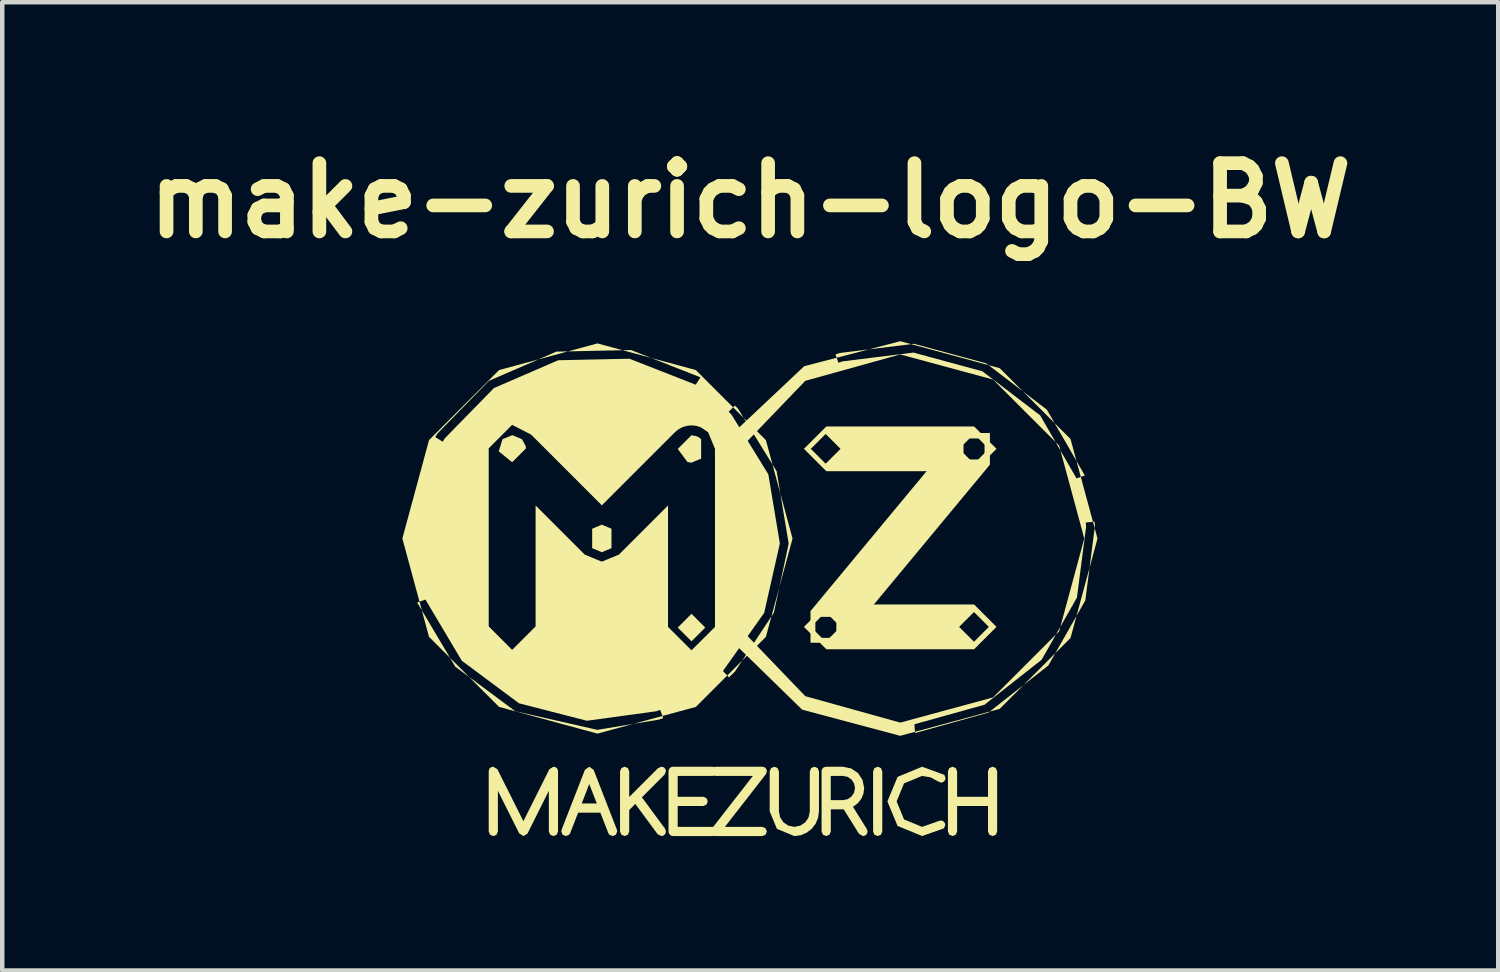
<source format=kicad_pcb>
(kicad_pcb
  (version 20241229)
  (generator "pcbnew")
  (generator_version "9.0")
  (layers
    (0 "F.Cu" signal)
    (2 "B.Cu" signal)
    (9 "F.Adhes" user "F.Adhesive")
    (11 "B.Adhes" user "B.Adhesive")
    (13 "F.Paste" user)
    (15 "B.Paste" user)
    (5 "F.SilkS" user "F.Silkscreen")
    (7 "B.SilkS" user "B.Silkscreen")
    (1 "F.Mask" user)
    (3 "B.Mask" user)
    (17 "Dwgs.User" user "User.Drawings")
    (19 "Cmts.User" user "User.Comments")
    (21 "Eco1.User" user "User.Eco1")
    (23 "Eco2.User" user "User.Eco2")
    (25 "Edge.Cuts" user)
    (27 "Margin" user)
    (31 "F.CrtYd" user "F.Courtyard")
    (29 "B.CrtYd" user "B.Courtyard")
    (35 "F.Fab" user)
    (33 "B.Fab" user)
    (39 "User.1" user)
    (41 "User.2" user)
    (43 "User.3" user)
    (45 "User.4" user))
  (footprint "make-zurich-logo-BW"
    (layer "F.Cu")
    (at 13.694 10.042)
    (property "Reference" "make-zurich-logo-BW" (at 0 -8.616 0) (layer "F.SilkS") (effects (font (size 1.524 1.524) (thickness 0.305))))
    (attr smd)
    (fp_poly (pts (xy -1.311 0.607) (xy -1.618 0.914) (xy -1.311 1.221) (xy -1.004 0.914) (xy -1.311 0.607)) (stroke (width 0) (type solid)) (fill yes) (layer "F.SilkS"))
    (fp_poly (pts (xy -3.313 -1.382) (xy -3.528 -1.292) (xy -3.528 -0.858) (xy -3.312 -0.768) (xy -3.097 -0.858) (xy -3.097 -1.292) (xy -3.313 -1.382)) (stroke (width 0) (type solid)) (fill yes) (layer "F.SilkS"))
    (fp_poly (pts (xy -5.094 -3.29) (xy -5.312 -3.38) (xy -5.529 -3.29) (xy -5.613 -3.019) (xy -5.314 -2.776) (xy -5.006 -3.084) (xy -5.012 -3.137) (xy -5.094 -3.29)) (stroke (width 0) (type solid)) (fill yes) (layer "F.SilkS"))
    (fp_poly (pts (xy -1.4 -2.78) (xy -1.313 -2.766) (xy -1.096 -2.856) (xy -1.096 -3.29) (xy -1.142 -3.328) (xy -1.166 -3.341) (xy -1.193 -3.355) (xy -1.311 -3.379) (xy -1.618 -3.072) (xy -1.4 -2.78)) (stroke (width 0) (type solid)) (fill yes) (layer "F.SilkS"))
    (fp_poly (pts (xy 2.947 5.465) (xy 2.917 5.538) (xy 2.845 5.567) (xy 2.772 5.538) (xy 2.742 5.465) (xy 2.742 4.123) (xy 2.772 4.05) (xy 2.845 4.02) (xy 2.917 4.05) (xy 2.947 4.123) (xy 2.947 5.465)) (stroke (width 0) (type solid)) (fill yes) (layer "F.SilkS"))
    (fp_poly (pts (xy 5.349 -3.428) (xy 4.76 -3.307) (xy 5.229 -3.307) (xy 5.229 -2.838) (xy 4.76 -2.838) (xy 4.76 -3.307) (xy 5.349 -3.428) (xy 4.643 -3.428) (xy 1.453 0.675) (xy 1.922 0.675) (xy 1.922 1.144) (xy 1.453 1.144) (xy 1.453 0.675) (xy 4.643 -3.428) (xy 1.345 0.546) (xy 1.345 1.252) (xy 2.051 1.252) (xy 5.349 -2.722) (xy 5.349 -3.428)) (stroke (width 0) (type solid)) (fill yes) (layer "F.SilkS"))
    (fp_poly (pts (xy 5.496 -3.075) (xy 4.994 -3.406) (xy 5.325 -3.075) (xy 4.994 -2.743) (xy 4.662 -3.075) (xy 4.994 -3.406) (xy 5.496 -3.075) (xy 4.996 -3.574) (xy 1.683 -3.406) (xy 2.015 -3.075) (xy 1.683 -2.743) (xy 1.351 -3.075) (xy 1.683 -3.406) (xy 4.996 -3.574) (xy 1.698 -3.574) (xy 1.198 -3.075) (xy 1.698 -2.575) (xy 4.996 -2.575) (xy 5.496 -3.075)) (stroke (width 0) (type solid)) (fill yes) (layer "F.SilkS"))
    (fp_poly (pts (xy 5.496 0.899) (xy 4.994 0.568) (xy 5.325 0.899) (xy 4.994 1.231) (xy 4.662 0.899) (xy 4.994 0.568) (xy 5.496 0.899) (xy 4.996 0.399) (xy 1.683 0.568) (xy 2.015 0.899) (xy 1.683 1.231) (xy 1.351 0.899) (xy 1.683 0.568) (xy 4.996 0.399) (xy 1.698 0.399) (xy 1.198 0.899) (xy 1.698 1.398) (xy 4.996 1.398) (xy 5.496 0.899)) (stroke (width 0) (type solid)) (fill yes) (layer "F.SilkS"))
    (fp_poly (pts (xy -4.207 5.418) (xy -3.593 4.406) (xy -3.761 4.84) (xy -3.424 4.84) (xy -3.593 4.406) (xy -4.207 5.418) (xy -3.69 4.09) (xy -3.593 4.02) (xy -3.495 4.09) (xy -2.977 5.423) (xy -2.969 5.465) (xy -2.999 5.538) (xy -3.071 5.568) (xy -3.143 5.538) (xy -3.166 5.505) (xy -3.345 5.045) (xy -3.84 5.045) (xy -4.02 5.505) (xy -4.043 5.538) (xy -4.116 5.568) (xy -4.188 5.538) (xy -4.217 5.465) (xy -4.207 5.418)) (stroke (width 0) (type solid)) (fill yes) (layer "F.SilkS"))
    (fp_poly (pts (xy -0.775 4.02) (xy 0.269 4.02) (xy 0.309 4.028) (xy 0.342 4.049) (xy 0.364 4.083) (xy 0.371 4.123) (xy 0.352 4.183) (xy -0.566 5.362) (xy 0.269 5.362) (xy 0.342 5.393) (xy 0.371 5.466) (xy 0.342 5.538) (xy 0.27 5.567) (xy -0.776 5.567) (xy -0.816 5.56) (xy -0.849 5.538) (xy -0.87 5.506) (xy -0.878 5.465) (xy -0.857 5.401) (xy 0.059 4.225) (xy -0.776 4.225) (xy -0.848 4.195) (xy -0.878 4.123) (xy -0.848 4.05) (xy -0.775 4.02)) (stroke (width 0) (type solid)) (fill yes) (layer "F.SilkS"))
    (fp_poly (pts (xy 5.511 5.465) (xy 5.481 5.538) (xy 5.409 5.567) (xy 5.336 5.538) (xy 5.306 5.465) (xy 5.306 4.896) (xy 4.617 4.896) (xy 4.617 5.465) (xy 4.587 5.538) (xy 4.514 5.567) (xy 4.442 5.538) (xy 4.412 5.465) (xy 4.412 4.123) (xy 4.442 4.05) (xy 4.514 4.02) (xy 4.587 4.05) (xy 4.617 4.123) (xy 4.617 4.691) (xy 5.306 4.691) (xy 5.306 4.123) (xy 5.336 4.05) (xy 5.409 4.02) (xy 5.481 4.05) (xy 5.511 4.123) (xy 5.511 5.465)) (stroke (width 0) (type solid)) (fill yes) (layer "F.SilkS"))
    (fp_poly (pts (xy 4.251 5.219) (xy 4.291 5.227) (xy 4.323 5.249) (xy 4.345 5.282) (xy 4.354 5.322) (xy 4.322 5.395) (xy 3.835 5.567) (xy 3.288 5.341) (xy 3.061 4.794) (xy 3.288 4.247) (xy 3.835 4.02) (xy 4.331 4.201) (xy 4.359 4.271) (xy 4.351 4.312) (xy 4.329 4.344) (xy 4.296 4.366) (xy 4.256 4.374) (xy 4.185 4.345) (xy 4.023 4.256) (xy 3.835 4.225) (xy 3.432 4.392) (xy 3.267 4.793) (xy 3.432 5.196) (xy 3.835 5.362) (xy 4.191 5.237) (xy 4.251 5.219)) (stroke (width 0) (type solid)) (fill yes) (layer "F.SilkS"))
    (fp_poly (pts (xy -5.837 5.465) (xy -5.837 4.123) (xy -5.83 4.083) (xy -5.808 4.049) (xy -5.775 4.028) (xy -5.735 4.02) (xy -5.644 4.075) (xy -5.063 5.235) (xy -4.483 4.075) (xy -4.392 4.02) (xy -4.352 4.028) (xy -4.319 4.049) (xy -4.297 4.083) (xy -4.29 4.123) (xy -4.29 5.465) (xy -4.32 5.538) (xy -4.392 5.567) (xy -4.465 5.538) (xy -4.495 5.465) (xy -4.495 4.558) (xy -4.974 5.516) (xy -5.063 5.568) (xy -5.157 5.506) (xy -5.632 4.558) (xy -5.632 5.465) (xy -5.662 5.538) (xy -5.734 5.568) (xy -5.807 5.538) (xy -5.837 5.465)) (stroke (width 0) (type solid)) (fill yes) (layer "F.SilkS"))
    (fp_poly (pts (xy -2.906 4.123) (xy -2.876 4.05) (xy -2.803 4.02) (xy -2.731 4.05) (xy -2.701 4.123) (xy -2.701 4.695) (xy -2.058 4.052) (xy -1.984 4.02) (xy -1.943 4.028) (xy -1.91 4.049) (xy -1.889 4.083) (xy -1.881 4.123) (xy -1.911 4.195) (xy -2.418 4.703) (xy -1.9 5.404) (xy -1.881 5.462) (xy -1.889 5.502) (xy -1.91 5.536) (xy -1.942 5.559) (xy -1.982 5.568) (xy -2.068 5.524) (xy -2.565 4.85) (xy -2.701 4.986) (xy -2.701 5.465) (xy -2.731 5.538) (xy -2.803 5.567) (xy -2.876 5.538) (xy -2.906 5.465) (xy -2.906 4.123)) (stroke (width 0) (type solid)) (fill yes) (layer "F.SilkS"))
    (fp_poly (pts (xy 0.64 4.123) (xy 0.64 5.017) (xy 0.667 5.15) (xy 0.74 5.26) (xy 0.85 5.335) (xy 0.984 5.362) (xy 1.118 5.335) (xy 1.228 5.261) (xy 1.302 5.151) (xy 1.329 5.017) (xy 1.329 4.123) (xy 1.359 4.05) (xy 1.432 4.02) (xy 1.504 4.05) (xy 1.534 4.123) (xy 1.534 5.017) (xy 1.514 5.162) (xy 1.459 5.293) (xy 1.373 5.405) (xy 1.261 5.491) (xy 1.129 5.548) (xy 0.984 5.568) (xy 0.596 5.406) (xy 0.434 5.017) (xy 0.434 4.123) (xy 0.465 4.05) (xy 0.537 4.02) (xy 0.609 4.05) (xy 0.64 4.123)) (stroke (width 0) (type solid)) (fill yes) (layer "F.SilkS"))
    (fp_poly (pts (xy -0.827 5.362) (xy -0.754 5.392) (xy -0.724 5.465) (xy -0.754 5.538) (xy -0.827 5.567) (xy -1.721 5.567) (xy -1.762 5.56) (xy -1.794 5.538) (xy -1.816 5.506) (xy -1.824 5.465) (xy -1.824 4.123) (xy -1.816 4.083) (xy -1.794 4.049) (xy -1.762 4.028) (xy -1.721 4.02) (xy -0.827 4.02) (xy -0.754 4.05) (xy -0.724 4.123) (xy -0.754 4.195) (xy -0.827 4.225) (xy -1.619 4.225) (xy -1.619 4.691) (xy -1.05 4.691) (xy -0.977 4.721) (xy -0.948 4.794) (xy -0.977 4.866) (xy -1.05 4.896) (xy -1.619 4.896) (xy -1.619 5.362) (xy -0.827 5.362) (xy -0.827 5.362)) (stroke (width 0) (type solid)) (fill yes) (layer "F.SilkS"))
    (fp_poly (pts (xy 1.592 5.465) (xy 1.797 4.225) (xy 1.797 4.766) (xy 2.068 4.766) (xy 2.174 4.745) (xy 2.259 4.686) (xy 2.317 4.6) (xy 2.338 4.496) (xy 2.317 4.391) (xy 2.259 4.305) (xy 2.173 4.246) (xy 2.068 4.225) (xy 1.797 4.225) (xy 1.797 4.225) (xy 1.592 5.465) (xy 1.592 4.123) (xy 1.6 4.083) (xy 1.622 4.049) (xy 1.654 4.028) (xy 1.695 4.02) (xy 2.068 4.02) (xy 2.252 4.058) (xy 2.403 4.16) (xy 2.505 4.312) (xy 2.543 4.496) (xy 2.527 4.62) (xy 2.48 4.734) (xy 2.401 4.834) (xy 2.293 4.915) (xy 2.601 5.409) (xy 2.618 5.465) (xy 2.61 5.506) (xy 2.588 5.538) (xy 2.555 5.56) (xy 2.515 5.567) (xy 2.427 5.517) (xy 2.086 4.971) (xy 1.798 4.971) (xy 1.798 5.465) (xy 1.768 5.537) (xy 1.695 5.567) (xy 1.623 5.537) (xy 1.592 5.465)) (stroke (width 0) (type solid)) (fill yes) (layer "F.SilkS"))
    (fp_poly (pts (xy 3.347 -5.477) (xy 1.996 -5.214) (xy 3.655 -5.419) (xy 5.268 -4.982) (xy 6.619 -3.95) (xy 7.468 -2.479) (xy 7.282 -2.415) (xy 6.471 -3.821) (xy 5.182 -4.805) (xy 3.642 -5.223) (xy 2.058 -5.027) (xy 1.968 -4.996) (xy 1.902 -5.181) (xy 1.996 -5.214) (xy 3.347 -5.477) (xy 1.204 -4.919) (xy -0.361 -3.445) (xy -0.253 -3.445) (xy -0.253 -3.05) (xy 1.228 -4.592) (xy 3.347 -5.182) (xy 5.419 -4.621) (xy 6.894 -3.146) (xy 7.455 -1.074) (xy 7.291 0.246) (xy 7.496 -1.336) (xy 7.489 -1.43) (xy 7.685 -1.449) (xy 7.693 -1.349) (xy 7.478 0.309) (xy 6.652 1.761) (xy 5.316 2.812) (xy 3.679 3.268) (xy 3.664 3.072) (xy 5.227 2.637) (xy 6.503 1.633) (xy 7.291 0.246) (xy 7.455 -1.074) (xy 6.894 0.998) (xy 5.419 2.473) (xy 3.347 3.035) (xy 1.228 2.445) (xy -0.253 0.902) (xy -0.253 1.209) (xy -0.417 1.209) (xy 1.158 2.746) (xy 3.347 3.33) (xy 5.568 2.728) (xy 7.148 1.147) (xy 7.75 -1.074) (xy 7.148 -3.294) (xy 5.568 -4.875) (xy 3.347 -5.477)) (stroke (width 0) (type solid)) (fill yes) (layer "F.SilkS"))
    (fp_poly (pts (xy -3.41 -5.428) (xy -4.328 -5.244) (xy -2.662 -5.28) (xy -1.111 -4.671) (xy -1.217 -4.506) (xy -2.697 -5.086) (xy -4.286 -5.052) (xy -5.721 -4.431) (xy -6.813 -3.313) (xy -6.863 -3.234) (xy -7.031 -3.337) (xy -6.978 -3.42) (xy -5.832 -4.592) (xy -4.328 -5.244) (xy -3.41 -5.428) (xy -5.606 -4.833) (xy -7.169 -3.27) (xy -7.249 0.289) (xy -6.437 1.655) (xy -5.161 2.604) (xy -3.647 2.994) (xy -2.098 2.782) (xy -2.011 2.751) (xy -1.942 2.935) (xy -2.035 2.968) (xy -3.413 3.197) (xy -5.245 2.781) (xy -6.583 1.787) (xy -7.434 0.354) (xy -7.249 0.289) (xy -7.169 -3.27) (xy -5.837 0.888) (xy -5.837 -3.074) (xy -5.837 -3.075) (xy -5.837 -3.076) (xy -5.837 -3.086) (xy -5.314 -3.61) (xy -4.89 -3.392) (xy -3.312 -1.814) (xy -1.681 -3.445) (xy -1.617 -3.498) (xy -1.604 -3.509) (xy -1.525 -3.552) (xy -1.514 -3.558) (xy -1.432 -3.583) (xy -1.416 -3.588) (xy -1.311 -3.599) (xy -1.308 -3.599) (xy -1.206 -3.588) (xy -1.188 -3.583) (xy -1.108 -3.558) (xy -1.1 -3.554) (xy -0.94 -3.445) (xy -0.787 -3.075) (xy -0.787 -3.073) (xy -0.787 0.899) (xy -1.311 1.423) (xy -1.835 0.899) (xy -1.835 -1.81) (xy -2.93 -0.715) (xy -3.301 -0.562) (xy -3.311 -0.562) (xy -3.324 -0.561) (xy -3.695 -0.715) (xy -4.79 -1.81) (xy -4.79 0.888) (xy -5.314 1.412) (xy -5.837 0.888) (xy -7.169 -3.27) (xy -7.764 -1.074) (xy -7.169 1.122) (xy -5.606 2.685) (xy -3.41 3.281) (xy -1.214 2.685) (xy -0.474 2.026) (xy -0.609 1.883) (xy 0.311 0.587) (xy 0.661 -0.964) (xy 0.404 -2.506) (xy -0.417 -3.836) (xy -0.481 -3.903) (xy -0.341 -4.041) (xy -0.272 -3.969) (xy 0.589 -2.575) (xy 0.858 -0.959) (xy 0.527 0.583) (xy -0.34 1.894) (xy -0.474 2.026) (xy -1.214 2.685) (xy 0.349 1.122) (xy 0.944 -1.074) (xy 0.349 -3.27) (xy -1.214 -4.833) (xy -3.41 -5.428)) (stroke (width 0) (type solid)) (fill yes) (layer "F.SilkS")))
  (gr_rect
    (start -3 -3)
    (end 30.388 18.61)
    (stroke (width 0.1) (type default))
    (fill no)
    (layer "Edge.Cuts")))
</source>
